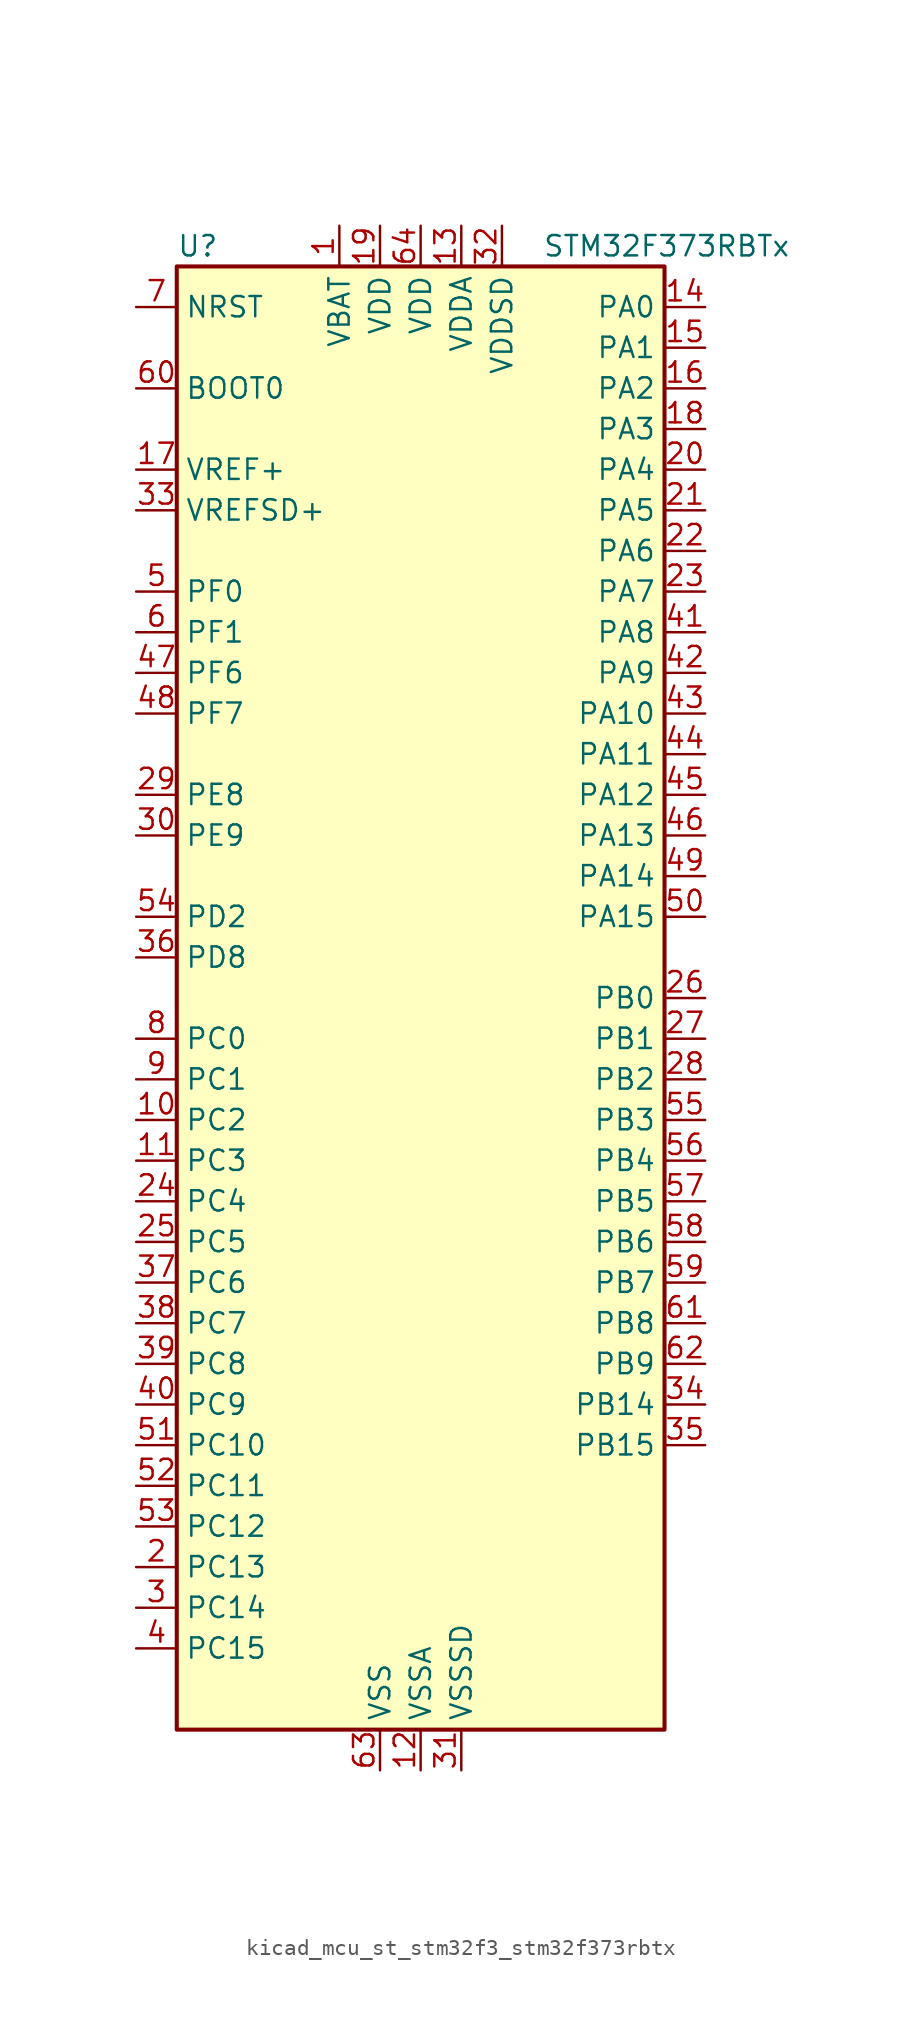
<source format=kicad_sym>
(kicad_symbol_lib
  (version 20220914)
  (generator kicad_symbol_editor)
  (symbol "kicad_mcu_st_stm32f3_stm32f373rbtx"
    (property "Reference" "U"
      (at -15.24 46.99 0)
      (effects (font (size 1.27 1.27)) (justify left)))
    (property "Value" "STM32F373RBTx"
      (at 7.62 46.99 0)
      (effects (font (size 1.27 1.27)) (justify left)))
    (property "ki_locked" ""
      (at 0 0 0)
      (effects (font (size 1.27 1.27))))
    (symbol "kicad_mcu_st_stm32f3_stm32f373rbtx_0_1"
      (rectangle (start -15.24 -45.72) (end 15.24 45.72) (stroke (width 0.254) (type default)) (fill (type background))))
    (symbol "kicad_mcu_st_stm32f3_stm32f373rbtx_1_1"
      (pin power_in line (at -5.08 48.26 270) (length 2.54) (name "VBAT" (effects (font (size 1.27 1.27)))) (number "1" (effects (font (size 1.27 1.27)))))
      (pin bidirectional line (at -17.78 -7.62 0) (length 2.54) (name "PC2" (effects (font (size 1.27 1.27)))) (number "10" (effects (font (size 1.27 1.27)))) (alternate "ADC1_IN12" bidirectional line) (alternate "I2S2_MCK" bidirectional line) (alternate "SPI2_MISO" bidirectional line) (alternate "TIM5_CH3" bidirectional line))
      (pin bidirectional line (at -17.78 -10.16 0) (length 2.54) (name "PC3" (effects (font (size 1.27 1.27)))) (number "11" (effects (font (size 1.27 1.27)))) (alternate "ADC1_IN13" bidirectional line) (alternate "I2S2_SD" bidirectional line) (alternate "SPI2_MOSI" bidirectional line) (alternate "TIM5_CH4" bidirectional line))
      (pin power_in line (at 0 -48.26 90) (length 2.54) (name "VSSA" (effects (font (size 1.27 1.27)))) (number "12" (effects (font (size 1.27 1.27)))))
      (pin power_in line (at 2.54 48.26 270) (length 2.54) (name "VDDA" (effects (font (size 1.27 1.27)))) (number "13" (effects (font (size 1.27 1.27)))))
      (pin bidirectional line (at 17.78 43.18 180) (length 2.54) (name "PA0" (effects (font (size 1.27 1.27)))) (number "14" (effects (font (size 1.27 1.27)))) (alternate "ADC1_IN0" bidirectional line) (alternate "COMP1_INM" bidirectional line) (alternate "COMP1_OUT" bidirectional line) (alternate "RTC_TAMP2" bidirectional line) (alternate "SYS_WKUP1" bidirectional line) (alternate "TIM19_CH1" bidirectional line) (alternate "TIM2_CH1" bidirectional line) (alternate "TIM2_ETR" bidirectional line) (alternate "TIM5_CH1" bidirectional line) (alternate "TIM5_ETR" bidirectional line) (alternate "TSC_G1_IO1" bidirectional line) (alternate "USART2_CTS" bidirectional line))
      (pin bidirectional line (at 17.78 40.64 180) (length 2.54) (name "PA1" (effects (font (size 1.27 1.27)))) (number "15" (effects (font (size 1.27 1.27)))) (alternate "ADC1_IN1" bidirectional line) (alternate "COMP1_INP" bidirectional line) (alternate "I2S3_CK" bidirectional line) (alternate "RTC_REFIN" bidirectional line) (alternate "SPI3_SCK" bidirectional line) (alternate "TIM15_CH1N" bidirectional line) (alternate "TIM19_CH2" bidirectional line) (alternate "TIM2_CH2" bidirectional line) (alternate "TIM5_CH2" bidirectional line) (alternate "TSC_G1_IO2" bidirectional line) (alternate "USART2_DE" bidirectional line) (alternate "USART2_RTS" bidirectional line))
      (pin bidirectional line (at 17.78 38.1 180) (length 2.54) (name "PA2" (effects (font (size 1.27 1.27)))) (number "16" (effects (font (size 1.27 1.27)))) (alternate "ADC1_IN2" bidirectional line) (alternate "COMP2_INM" bidirectional line) (alternate "COMP2_OUT" bidirectional line) (alternate "I2S3_MCK" bidirectional line) (alternate "SPI3_MISO" bidirectional line) (alternate "TIM15_CH1" bidirectional line) (alternate "TIM19_CH3" bidirectional line) (alternate "TIM2_CH3" bidirectional line) (alternate "TIM5_CH3" bidirectional line) (alternate "TSC_G1_IO3" bidirectional line) (alternate "USART2_TX" bidirectional line))
      (pin input line (at -17.78 33.02 0) (length 2.54) (name "VREF+" (effects (font (size 1.27 1.27)))) (number "17" (effects (font (size 1.27 1.27)))))
      (pin bidirectional line (at 17.78 35.56 180) (length 2.54) (name "PA3" (effects (font (size 1.27 1.27)))) (number "18" (effects (font (size 1.27 1.27)))) (alternate "ADC1_IN3" bidirectional line) (alternate "COMP2_INP" bidirectional line) (alternate "I2S3_SD" bidirectional line) (alternate "SPI3_MOSI" bidirectional line) (alternate "TIM15_CH2" bidirectional line) (alternate "TIM19_CH4" bidirectional line) (alternate "TIM2_CH4" bidirectional line) (alternate "TIM5_CH4" bidirectional line) (alternate "TSC_G1_IO4" bidirectional line) (alternate "USART2_RX" bidirectional line))
      (pin power_in line (at -2.54 48.26 270) (length 2.54) (name "VDD" (effects (font (size 1.27 1.27)))) (number "19" (effects (font (size 1.27 1.27)))))
      (pin bidirectional line (at -17.78 -35.56 0) (length 2.54) (name "PC13" (effects (font (size 1.27 1.27)))) (number "2" (effects (font (size 1.27 1.27)))) (alternate "RTC_OUT_ALARM" bidirectional line) (alternate "RTC_OUT_CALIB" bidirectional line) (alternate "RTC_TAMP1" bidirectional line) (alternate "RTC_TS" bidirectional line) (alternate "SYS_WKUP2" bidirectional line))
      (pin bidirectional line (at 17.78 33.02 180) (length 2.54) (name "PA4" (effects (font (size 1.27 1.27)))) (number "20" (effects (font (size 1.27 1.27)))) (alternate "ADC1_IN4" bidirectional line) (alternate "DAC1_OUT1" bidirectional line) (alternate "I2S1_WS" bidirectional line) (alternate "I2S3_WS" bidirectional line) (alternate "SPI1_NSS" bidirectional line) (alternate "SPI3_NSS" bidirectional line) (alternate "TIM12_CH1" bidirectional line) (alternate "TIM3_CH2" bidirectional line) (alternate "TSC_G2_IO1" bidirectional line) (alternate "USART2_CK" bidirectional line))
      (pin bidirectional line (at 17.78 30.48 180) (length 2.54) (name "PA5" (effects (font (size 1.27 1.27)))) (number "21" (effects (font (size 1.27 1.27)))) (alternate "ADC1_IN5" bidirectional line) (alternate "CEC" bidirectional line) (alternate "DAC1_OUT2" bidirectional line) (alternate "I2S1_CK" bidirectional line) (alternate "SPI1_SCK" bidirectional line) (alternate "TIM12_CH2" bidirectional line) (alternate "TIM14_CH1" bidirectional line) (alternate "TIM2_CH1" bidirectional line) (alternate "TIM2_ETR" bidirectional line) (alternate "TSC_G2_IO2" bidirectional line))
      (pin bidirectional line (at 17.78 27.94 180) (length 2.54) (name "PA6" (effects (font (size 1.27 1.27)))) (number "22" (effects (font (size 1.27 1.27)))) (alternate "ADC1_IN6" bidirectional line) (alternate "COMP1_OUT" bidirectional line) (alternate "DAC2_OUT1" bidirectional line) (alternate "I2S1_MCK" bidirectional line) (alternate "SPI1_MISO" bidirectional line) (alternate "TIM13_CH1" bidirectional line) (alternate "TIM16_CH1" bidirectional line) (alternate "TIM3_CH1" bidirectional line) (alternate "TSC_G2_IO3" bidirectional line))
      (pin bidirectional line (at 17.78 25.4 180) (length 2.54) (name "PA7" (effects (font (size 1.27 1.27)))) (number "23" (effects (font (size 1.27 1.27)))) (alternate "ADC1_IN7" bidirectional line) (alternate "COMP2_OUT" bidirectional line) (alternate "I2S1_SD" bidirectional line) (alternate "SPI1_MOSI" bidirectional line) (alternate "TIM14_CH1" bidirectional line) (alternate "TIM17_CH1" bidirectional line) (alternate "TIM3_CH2" bidirectional line) (alternate "TSC_G2_IO4" bidirectional line))
      (pin bidirectional line (at -17.78 -12.7 0) (length 2.54) (name "PC4" (effects (font (size 1.27 1.27)))) (number "24" (effects (font (size 1.27 1.27)))) (alternate "ADC1_IN14" bidirectional line) (alternate "TIM13_CH1" bidirectional line) (alternate "TSC_G3_IO1" bidirectional line) (alternate "USART1_TX" bidirectional line))
      (pin bidirectional line (at -17.78 -15.24 0) (length 2.54) (name "PC5" (effects (font (size 1.27 1.27)))) (number "25" (effects (font (size 1.27 1.27)))) (alternate "ADC1_IN15" bidirectional line) (alternate "TSC_G3_IO2" bidirectional line) (alternate "USART1_RX" bidirectional line))
      (pin bidirectional line (at 17.78 0 180) (length 2.54) (name "PB0" (effects (font (size 1.27 1.27)))) (number "26" (effects (font (size 1.27 1.27)))) (alternate "ADC1_IN8" bidirectional line) (alternate "I2S1_SD" bidirectional line) (alternate "SDADC1_AIN6P" bidirectional line) (alternate "SPI1_MOSI" bidirectional line) (alternate "TIM3_CH2" bidirectional line) (alternate "TIM3_CH3" bidirectional line) (alternate "TSC_G3_IO3" bidirectional line))
      (pin bidirectional line (at 17.78 -2.54 180) (length 2.54) (name "PB1" (effects (font (size 1.27 1.27)))) (number "27" (effects (font (size 1.27 1.27)))) (alternate "ADC1_IN9" bidirectional line) (alternate "SDADC1_AIN5P" bidirectional line) (alternate "SDADC1_AIN6M" bidirectional line) (alternate "TIM3_CH4" bidirectional line) (alternate "TSC_G3_IO4" bidirectional line))
      (pin bidirectional line (at 17.78 -5.08 180) (length 2.54) (name "PB2" (effects (font (size 1.27 1.27)))) (number "28" (effects (font (size 1.27 1.27)))) (alternate "SDADC1_AIN4P" bidirectional line) (alternate "SDADC2_AIN6P" bidirectional line))
      (pin bidirectional line (at -17.78 12.7 0) (length 2.54) (name "PE8" (effects (font (size 1.27 1.27)))) (number "29" (effects (font (size 1.27 1.27)))) (alternate "SDADC1_AIN8P" bidirectional line) (alternate "SDADC2_AIN8P" bidirectional line))
      (pin bidirectional line (at -17.78 -38.1 0) (length 2.54) (name "PC14" (effects (font (size 1.27 1.27)))) (number "3" (effects (font (size 1.27 1.27)))) (alternate "RCC_OSC32_IN" bidirectional line))
      (pin bidirectional line (at -17.78 10.16 0) (length 2.54) (name "PE9" (effects (font (size 1.27 1.27)))) (number "30" (effects (font (size 1.27 1.27)))) (alternate "DAC1_EXTI9" bidirectional line) (alternate "DAC2_EXTI9" bidirectional line) (alternate "SDADC1_AIN7P" bidirectional line) (alternate "SDADC1_AIN8M" bidirectional line) (alternate "SDADC2_AIN7P" bidirectional line) (alternate "SDADC2_AIN8M" bidirectional line))
      (pin power_in line (at 2.54 -48.26 90) (length 2.54) (name "VSSSD" (effects (font (size 1.27 1.27)))) (number "31" (effects (font (size 1.27 1.27)))))
      (pin power_in line (at 5.08 48.26 270) (length 2.54) (name "VDDSD" (effects (font (size 1.27 1.27)))) (number "32" (effects (font (size 1.27 1.27)))))
      (pin input line (at -17.78 30.48 0) (length 2.54) (name "VREFSD+" (effects (font (size 1.27 1.27)))) (number "33" (effects (font (size 1.27 1.27)))))
      (pin bidirectional line (at 17.78 -25.4 180) (length 2.54) (name "PB14" (effects (font (size 1.27 1.27)))) (number "34" (effects (font (size 1.27 1.27)))) (alternate "I2S2_MCK" bidirectional line) (alternate "SDADC3_AIN8P" bidirectional line) (alternate "SPI2_MISO" bidirectional line) (alternate "TIM12_CH1" bidirectional line) (alternate "TIM15_CH1" bidirectional line) (alternate "TSC_G6_IO1" bidirectional line) (alternate "USART3_DE" bidirectional line) (alternate "USART3_RTS" bidirectional line))
      (pin bidirectional line (at 17.78 -27.94 180) (length 2.54) (name "PB15" (effects (font (size 1.27 1.27)))) (number "35" (effects (font (size 1.27 1.27)))) (alternate "ADC1_EXTI15" bidirectional line) (alternate "I2S2_SD" bidirectional line) (alternate "RTC_REFIN" bidirectional line) (alternate "SDADC1_EXTI15" bidirectional line) (alternate "SDADC2_EXTI15" bidirectional line) (alternate "SDADC3_AIN7P" bidirectional line) (alternate "SDADC3_AIN8M" bidirectional line) (alternate "SDADC3_EXTI15" bidirectional line) (alternate "SPI2_MOSI" bidirectional line) (alternate "TIM12_CH2" bidirectional line) (alternate "TIM15_CH1N" bidirectional line) (alternate "TIM15_CH2" bidirectional line) (alternate "TSC_G6_IO2" bidirectional line))
      (pin bidirectional line (at -17.78 2.54 0) (length 2.54) (name "PD8" (effects (font (size 1.27 1.27)))) (number "36" (effects (font (size 1.27 1.27)))) (alternate "I2S2_CK" bidirectional line) (alternate "SDADC3_AIN6P" bidirectional line) (alternate "SPI2_SCK" bidirectional line) (alternate "TSC_G6_IO3" bidirectional line) (alternate "USART3_TX" bidirectional line))
      (pin bidirectional line (at -17.78 -17.78 0) (length 2.54) (name "PC6" (effects (font (size 1.27 1.27)))) (number "37" (effects (font (size 1.27 1.27)))) (alternate "I2S1_WS" bidirectional line) (alternate "SPI1_NSS" bidirectional line) (alternate "TIM3_CH1" bidirectional line))
      (pin bidirectional line (at -17.78 -20.32 0) (length 2.54) (name "PC7" (effects (font (size 1.27 1.27)))) (number "38" (effects (font (size 1.27 1.27)))) (alternate "I2S1_CK" bidirectional line) (alternate "SPI1_SCK" bidirectional line) (alternate "TIM3_CH2" bidirectional line))
      (pin bidirectional line (at -17.78 -22.86 0) (length 2.54) (name "PC8" (effects (font (size 1.27 1.27)))) (number "39" (effects (font (size 1.27 1.27)))) (alternate "I2S1_MCK" bidirectional line) (alternate "SPI1_MISO" bidirectional line) (alternate "TIM3_CH3" bidirectional line))
      (pin bidirectional line (at -17.78 -40.64 0) (length 2.54) (name "PC15" (effects (font (size 1.27 1.27)))) (number "4" (effects (font (size 1.27 1.27)))) (alternate "ADC1_EXTI15" bidirectional line) (alternate "RCC_OSC32_OUT" bidirectional line) (alternate "SDADC1_EXTI15" bidirectional line) (alternate "SDADC2_EXTI15" bidirectional line) (alternate "SDADC3_EXTI15" bidirectional line))
      (pin bidirectional line (at -17.78 -25.4 0) (length 2.54) (name "PC9" (effects (font (size 1.27 1.27)))) (number "40" (effects (font (size 1.27 1.27)))) (alternate "DAC1_EXTI9" bidirectional line) (alternate "DAC2_EXTI9" bidirectional line) (alternate "I2S1_SD" bidirectional line) (alternate "SPI1_MOSI" bidirectional line) (alternate "TIM3_CH4" bidirectional line))
      (pin bidirectional line (at 17.78 22.86 180) (length 2.54) (name "PA8" (effects (font (size 1.27 1.27)))) (number "41" (effects (font (size 1.27 1.27)))) (alternate "I2C2_SMBA" bidirectional line) (alternate "I2S2_CK" bidirectional line) (alternate "RCC_MCO" bidirectional line) (alternate "SPI2_SCK" bidirectional line) (alternate "TIM4_ETR" bidirectional line) (alternate "TIM5_CH1" bidirectional line) (alternate "TIM5_ETR" bidirectional line) (alternate "USART1_CK" bidirectional line))
      (pin bidirectional line (at 17.78 20.32 180) (length 2.54) (name "PA9" (effects (font (size 1.27 1.27)))) (number "42" (effects (font (size 1.27 1.27)))) (alternate "DAC1_EXTI9" bidirectional line) (alternate "DAC2_EXTI9" bidirectional line) (alternate "I2C2_SCL" bidirectional line) (alternate "I2S2_MCK" bidirectional line) (alternate "SPI2_MISO" bidirectional line) (alternate "TIM13_CH1" bidirectional line) (alternate "TIM15_BKIN" bidirectional line) (alternate "TIM2_CH3" bidirectional line) (alternate "TSC_G4_IO1" bidirectional line) (alternate "USART1_TX" bidirectional line))
      (pin bidirectional line (at 17.78 17.78 180) (length 2.54) (name "PA10" (effects (font (size 1.27 1.27)))) (number "43" (effects (font (size 1.27 1.27)))) (alternate "I2C2_SDA" bidirectional line) (alternate "I2S2_SD" bidirectional line) (alternate "SPI2_MOSI" bidirectional line) (alternate "TIM14_CH1" bidirectional line) (alternate "TIM17_BKIN" bidirectional line) (alternate "TIM2_CH4" bidirectional line) (alternate "TSC_G4_IO2" bidirectional line) (alternate "USART1_RX" bidirectional line))
      (pin bidirectional line (at 17.78 15.24 180) (length 2.54) (name "PA11" (effects (font (size 1.27 1.27)))) (number "44" (effects (font (size 1.27 1.27)))) (alternate "ADC1_EXTI11" bidirectional line) (alternate "CAN_RX" bidirectional line) (alternate "COMP1_OUT" bidirectional line) (alternate "I2S1_WS" bidirectional line) (alternate "I2S2_WS" bidirectional line) (alternate "SDADC1_EXTI11" bidirectional line) (alternate "SDADC2_EXTI11" bidirectional line) (alternate "SDADC3_EXTI11" bidirectional line) (alternate "SPI1_NSS" bidirectional line) (alternate "SPI2_NSS" bidirectional line) (alternate "TIM4_CH1" bidirectional line) (alternate "TIM5_CH2" bidirectional line) (alternate "USART1_CTS" bidirectional line) (alternate "USB_DM" bidirectional line))
      (pin bidirectional line (at 17.78 12.7 180) (length 2.54) (name "PA12" (effects (font (size 1.27 1.27)))) (number "45" (effects (font (size 1.27 1.27)))) (alternate "CAN_TX" bidirectional line) (alternate "COMP2_OUT" bidirectional line) (alternate "I2S1_CK" bidirectional line) (alternate "SPI1_SCK" bidirectional line) (alternate "TIM16_CH1" bidirectional line) (alternate "TIM4_CH2" bidirectional line) (alternate "TIM5_CH3" bidirectional line) (alternate "USART1_DE" bidirectional line) (alternate "USART1_RTS" bidirectional line) (alternate "USB_DP" bidirectional line))
      (pin bidirectional line (at 17.78 10.16 180) (length 2.54) (name "PA13" (effects (font (size 1.27 1.27)))) (number "46" (effects (font (size 1.27 1.27)))) (alternate "I2S1_MCK" bidirectional line) (alternate "IR_OUT" bidirectional line) (alternate "SPI1_MISO" bidirectional line) (alternate "SYS_JTMS-SWDIO" bidirectional line) (alternate "TIM16_CH1N" bidirectional line) (alternate "TIM4_CH3" bidirectional line) (alternate "TIM5_CH4" bidirectional line) (alternate "TSC_G4_IO3" bidirectional line) (alternate "USART3_CTS" bidirectional line))
      (pin bidirectional line (at -17.78 20.32 0) (length 2.54) (name "PF6" (effects (font (size 1.27 1.27)))) (number "47" (effects (font (size 1.27 1.27)))) (alternate "I2C2_SCL" bidirectional line) (alternate "I2S1_SD" bidirectional line) (alternate "SPI1_MOSI" bidirectional line) (alternate "TIM4_CH4" bidirectional line) (alternate "USART3_DE" bidirectional line) (alternate "USART3_RTS" bidirectional line))
      (pin bidirectional line (at -17.78 17.78 0) (length 2.54) (name "PF7" (effects (font (size 1.27 1.27)))) (number "48" (effects (font (size 1.27 1.27)))) (alternate "I2C2_SDA" bidirectional line) (alternate "USART2_CK" bidirectional line))
      (pin bidirectional line (at 17.78 7.62 180) (length 2.54) (name "PA14" (effects (font (size 1.27 1.27)))) (number "49" (effects (font (size 1.27 1.27)))) (alternate "I2C1_SDA" bidirectional line) (alternate "SYS_JTCK-SWCLK" bidirectional line) (alternate "TIM12_CH1" bidirectional line) (alternate "TSC_G4_IO4" bidirectional line))
      (pin bidirectional line (at -17.78 25.4 0) (length 2.54) (name "PF0" (effects (font (size 1.27 1.27)))) (number "5" (effects (font (size 1.27 1.27)))) (alternate "I2C2_SDA" bidirectional line) (alternate "RCC_OSC_IN" bidirectional line))
      (pin bidirectional line (at 17.78 5.08 180) (length 2.54) (name "PA15" (effects (font (size 1.27 1.27)))) (number "50" (effects (font (size 1.27 1.27)))) (alternate "ADC1_EXTI15" bidirectional line) (alternate "I2C1_SCL" bidirectional line) (alternate "I2S1_WS" bidirectional line) (alternate "I2S3_WS" bidirectional line) (alternate "SDADC1_EXTI15" bidirectional line) (alternate "SDADC2_EXTI15" bidirectional line) (alternate "SDADC3_EXTI15" bidirectional line) (alternate "SPI1_NSS" bidirectional line) (alternate "SPI3_NSS" bidirectional line) (alternate "SYS_JTDI" bidirectional line) (alternate "TIM12_CH2" bidirectional line) (alternate "TIM2_CH1" bidirectional line) (alternate "TIM2_ETR" bidirectional line) (alternate "TSC_SYNC" bidirectional line))
      (pin bidirectional line (at -17.78 -27.94 0) (length 2.54) (name "PC10" (effects (font (size 1.27 1.27)))) (number "51" (effects (font (size 1.27 1.27)))) (alternate "I2S3_CK" bidirectional line) (alternate "SPI3_SCK" bidirectional line) (alternate "TIM19_CH1" bidirectional line) (alternate "USART3_TX" bidirectional line))
      (pin bidirectional line (at -17.78 -30.48 0) (length 2.54) (name "PC11" (effects (font (size 1.27 1.27)))) (number "52" (effects (font (size 1.27 1.27)))) (alternate "ADC1_EXTI11" bidirectional line) (alternate "I2S3_MCK" bidirectional line) (alternate "SDADC1_EXTI11" bidirectional line) (alternate "SDADC2_EXTI11" bidirectional line) (alternate "SDADC3_EXTI11" bidirectional line) (alternate "SPI3_MISO" bidirectional line) (alternate "TIM19_CH2" bidirectional line) (alternate "USART3_RX" bidirectional line))
      (pin bidirectional line (at -17.78 -33.02 0) (length 2.54) (name "PC12" (effects (font (size 1.27 1.27)))) (number "53" (effects (font (size 1.27 1.27)))) (alternate "I2S3_SD" bidirectional line) (alternate "SPI3_MOSI" bidirectional line) (alternate "TIM19_CH3" bidirectional line) (alternate "USART3_CK" bidirectional line))
      (pin bidirectional line (at -17.78 5.08 0) (length 2.54) (name "PD2" (effects (font (size 1.27 1.27)))) (number "54" (effects (font (size 1.27 1.27)))) (alternate "TIM3_ETR" bidirectional line))
      (pin bidirectional line (at 17.78 -7.62 180) (length 2.54) (name "PB3" (effects (font (size 1.27 1.27)))) (number "55" (effects (font (size 1.27 1.27)))) (alternate "I2S1_CK" bidirectional line) (alternate "I2S3_CK" bidirectional line) (alternate "SPI1_SCK" bidirectional line) (alternate "SPI3_SCK" bidirectional line) (alternate "SYS_JTDO-TRACESWO" bidirectional line) (alternate "TIM13_CH1" bidirectional line) (alternate "TIM2_CH2" bidirectional line) (alternate "TIM3_ETR" bidirectional line) (alternate "TIM4_ETR" bidirectional line) (alternate "TSC_G5_IO1" bidirectional line) (alternate "USART2_TX" bidirectional line))
      (pin bidirectional line (at 17.78 -10.16 180) (length 2.54) (name "PB4" (effects (font (size 1.27 1.27)))) (number "56" (effects (font (size 1.27 1.27)))) (alternate "I2S1_MCK" bidirectional line) (alternate "I2S3_MCK" bidirectional line) (alternate "SPI1_MISO" bidirectional line) (alternate "SPI3_MISO" bidirectional line) (alternate "SYS_NJTRST" bidirectional line) (alternate "TIM15_CH1N" bidirectional line) (alternate "TIM16_CH1" bidirectional line) (alternate "TIM17_BKIN" bidirectional line) (alternate "TIM3_CH1" bidirectional line) (alternate "TSC_G5_IO2" bidirectional line) (alternate "USART2_RX" bidirectional line))
      (pin bidirectional line (at 17.78 -12.7 180) (length 2.54) (name "PB5" (effects (font (size 1.27 1.27)))) (number "57" (effects (font (size 1.27 1.27)))) (alternate "I2C1_SMBA" bidirectional line) (alternate "I2S1_SD" bidirectional line) (alternate "I2S3_SD" bidirectional line) (alternate "SPI1_MOSI" bidirectional line) (alternate "SPI3_MOSI" bidirectional line) (alternate "TIM16_BKIN" bidirectional line) (alternate "TIM17_CH1" bidirectional line) (alternate "TIM19_ETR" bidirectional line) (alternate "TIM3_CH2" bidirectional line) (alternate "USART2_CK" bidirectional line))
      (pin bidirectional line (at 17.78 -15.24 180) (length 2.54) (name "PB6" (effects (font (size 1.27 1.27)))) (number "58" (effects (font (size 1.27 1.27)))) (alternate "I2C1_SCL" bidirectional line) (alternate "TIM15_CH1" bidirectional line) (alternate "TIM16_CH1N" bidirectional line) (alternate "TIM19_CH1" bidirectional line) (alternate "TIM3_CH3" bidirectional line) (alternate "TIM4_CH1" bidirectional line) (alternate "TSC_G5_IO3" bidirectional line) (alternate "USART1_TX" bidirectional line))
      (pin bidirectional line (at 17.78 -17.78 180) (length 2.54) (name "PB7" (effects (font (size 1.27 1.27)))) (number "59" (effects (font (size 1.27 1.27)))) (alternate "I2C1_SDA" bidirectional line) (alternate "TIM15_CH2" bidirectional line) (alternate "TIM17_CH1N" bidirectional line) (alternate "TIM19_CH2" bidirectional line) (alternate "TIM3_CH4" bidirectional line) (alternate "TIM4_CH2" bidirectional line) (alternate "TSC_G5_IO4" bidirectional line) (alternate "USART1_RX" bidirectional line))
      (pin bidirectional line (at -17.78 22.86 0) (length 2.54) (name "PF1" (effects (font (size 1.27 1.27)))) (number "6" (effects (font (size 1.27 1.27)))) (alternate "I2C2_SCL" bidirectional line) (alternate "RCC_OSC_OUT" bidirectional line))
      (pin input line (at -17.78 38.1 0) (length 2.54) (name "BOOT0" (effects (font (size 1.27 1.27)))) (number "60" (effects (font (size 1.27 1.27)))))
      (pin bidirectional line (at 17.78 -20.32 180) (length 2.54) (name "PB8" (effects (font (size 1.27 1.27)))) (number "61" (effects (font (size 1.27 1.27)))) (alternate "CAN_RX" bidirectional line) (alternate "CEC" bidirectional line) (alternate "COMP1_OUT" bidirectional line) (alternate "I2C1_SCL" bidirectional line) (alternate "I2S2_CK" bidirectional line) (alternate "SPI2_SCK" bidirectional line) (alternate "TIM16_CH1" bidirectional line) (alternate "TIM19_CH3" bidirectional line) (alternate "TIM4_CH3" bidirectional line) (alternate "TSC_SYNC" bidirectional line) (alternate "USART3_TX" bidirectional line))
      (pin bidirectional line (at 17.78 -22.86 180) (length 2.54) (name "PB9" (effects (font (size 1.27 1.27)))) (number "62" (effects (font (size 1.27 1.27)))) (alternate "CAN_TX" bidirectional line) (alternate "COMP2_OUT" bidirectional line) (alternate "DAC1_EXTI9" bidirectional line) (alternate "DAC2_EXTI9" bidirectional line) (alternate "I2C1_SDA" bidirectional line) (alternate "I2S2_WS" bidirectional line) (alternate "IR_OUT" bidirectional line) (alternate "SPI2_NSS" bidirectional line) (alternate "TIM17_CH1" bidirectional line) (alternate "TIM19_CH4" bidirectional line) (alternate "TIM4_CH4" bidirectional line) (alternate "USART3_RX" bidirectional line))
      (pin power_in line (at -2.54 -48.26 90) (length 2.54) (name "VSS" (effects (font (size 1.27 1.27)))) (number "63" (effects (font (size 1.27 1.27)))))
      (pin power_in line (at 0 48.26 270) (length 2.54) (name "VDD" (effects (font (size 1.27 1.27)))) (number "64" (effects (font (size 1.27 1.27)))))
      (pin input line (at -17.78 43.18 0) (length 2.54) (name "NRST" (effects (font (size 1.27 1.27)))) (number "7" (effects (font (size 1.27 1.27)))))
      (pin bidirectional line (at -17.78 -2.54 0) (length 2.54) (name "PC0" (effects (font (size 1.27 1.27)))) (number "8" (effects (font (size 1.27 1.27)))) (alternate "ADC1_IN10" bidirectional line) (alternate "TIM5_CH1" bidirectional line) (alternate "TIM5_ETR" bidirectional line))
      (pin bidirectional line (at -17.78 -5.08 0) (length 2.54) (name "PC1" (effects (font (size 1.27 1.27)))) (number "9" (effects (font (size 1.27 1.27)))) (alternate "ADC1_IN11" bidirectional line) (alternate "TIM5_CH2" bidirectional line)))))
</source>
